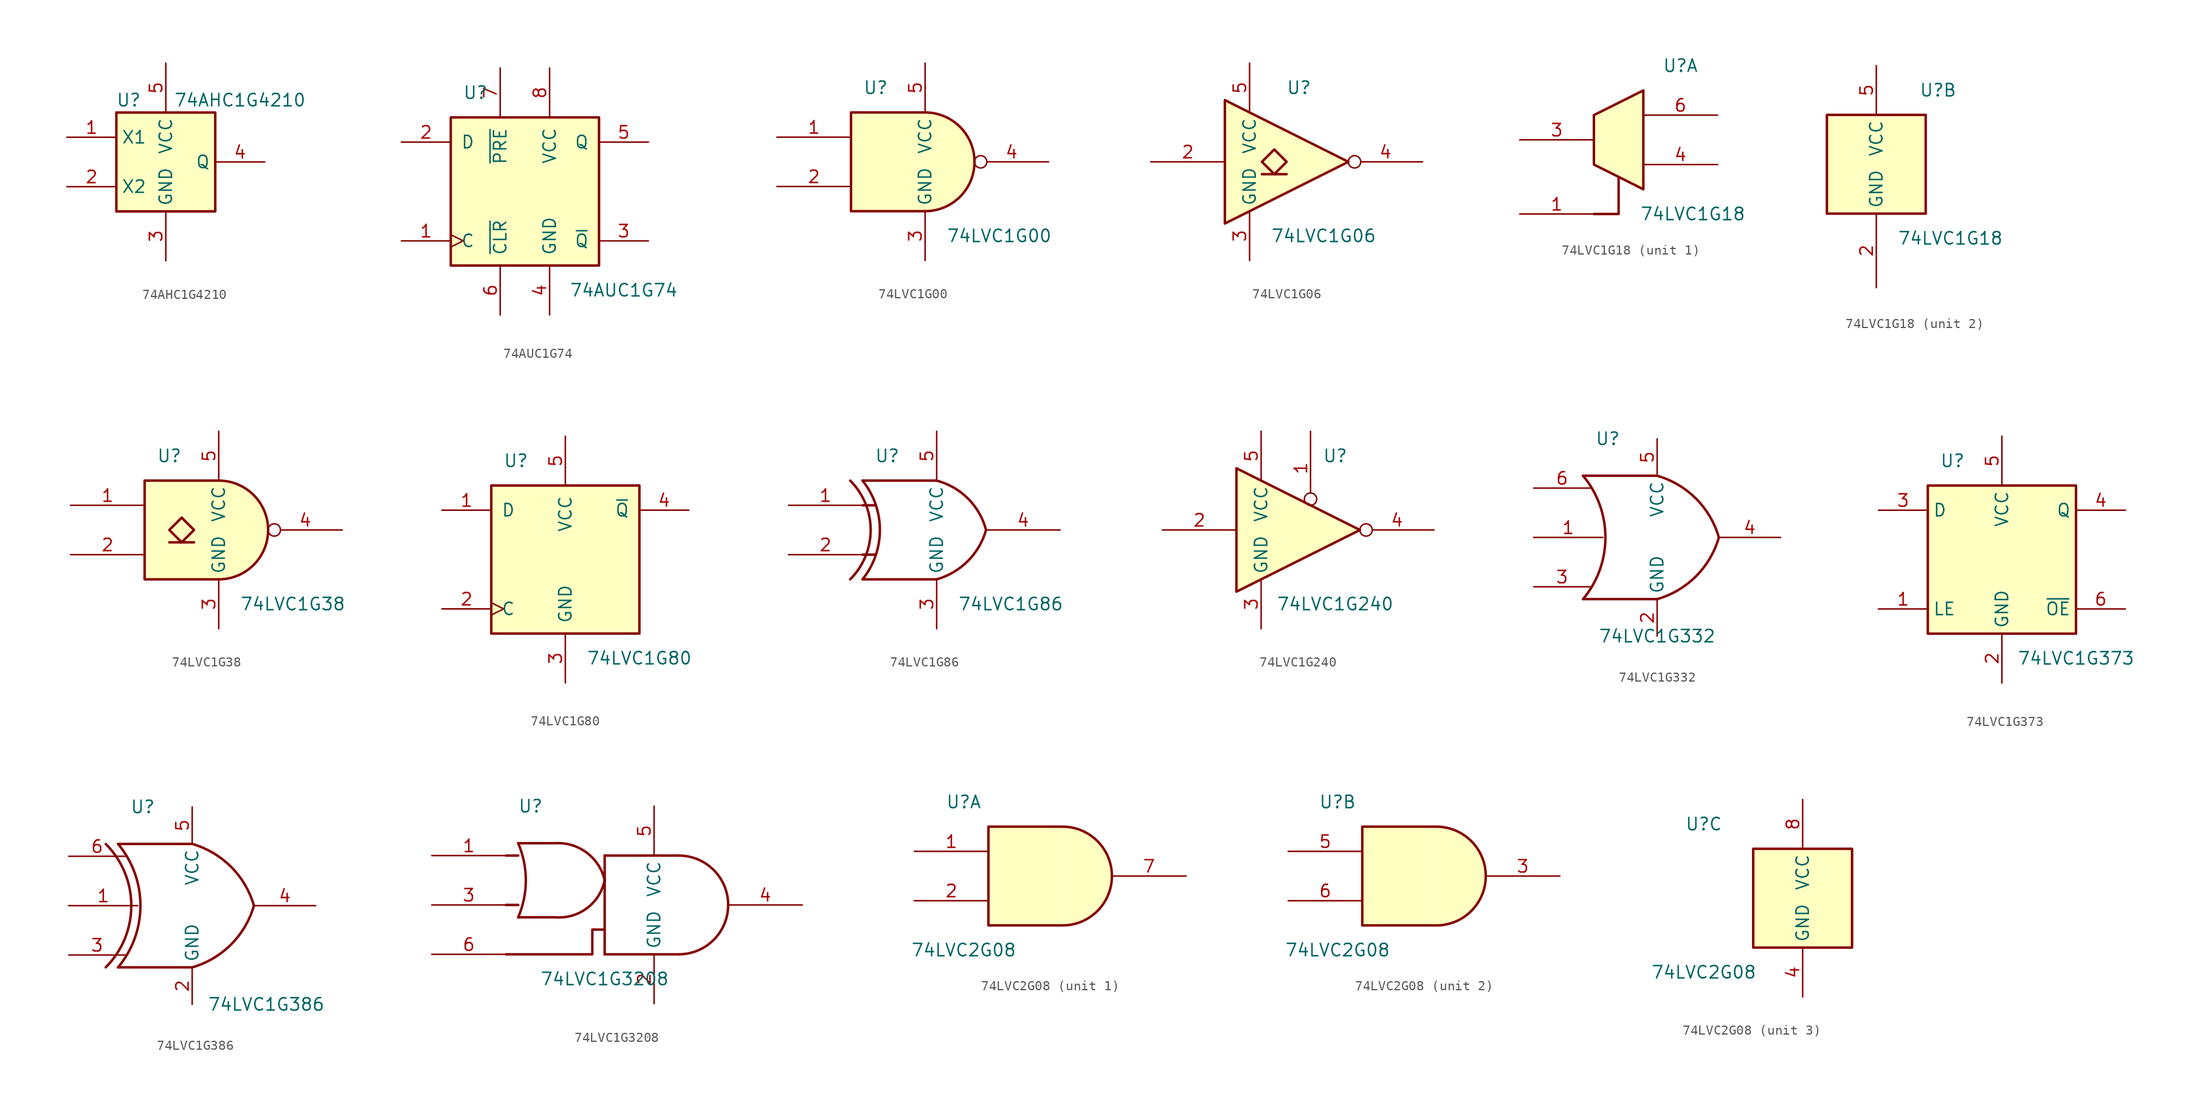
<source format=kicad_sym>
(kicad_symbol_lib
  (version 20220914)
  (generator kicad_symbol_editor)
  (symbol "74AHC1G4210"
    (property "Reference" "U"
      (at -3.81 6.35 0)
      (effects (font (size 1.27 1.27))))
    (property "Value" "74AHC1G4210"
      (at 7.62 6.35 0)
      (effects (font (size 1.27 1.27))))
    (symbol "74AHC1G4210_0_1"
      (rectangle (start -5.08 5.08) (end 5.08 -5.08) (stroke (width 0.254) (type default)) (fill (type background))))
    (symbol "74AHC1G4210_1_1"
      (pin input line (at -10.16 2.54 0) (length 5.08) (name "X1" (effects (font (size 1.27 1.27)))) (number "1" (effects (font (size 1.27 1.27)))))
      (pin input line (at -10.16 -2.54 0) (length 5.08) (name "X2" (effects (font (size 1.27 1.27)))) (number "2" (effects (font (size 1.27 1.27)))))
      (pin power_in line (at 0 -10.16 90) (length 5.08) (name "GND" (effects (font (size 1.27 1.27)))) (number "3" (effects (font (size 1.27 1.27)))))
      (pin output line (at 10.16 0 180) (length 5.08) (name "Q" (effects (font (size 1.27 1.27)))) (number "4" (effects (font (size 1.27 1.27)))))
      (pin power_in line (at 0 10.16 270) (length 5.08) (name "VCC" (effects (font (size 1.27 1.27)))) (number "5" (effects (font (size 1.27 1.27)))))))
  (symbol "74AUC1G74"
    (pin_names
      (offset 1.016))
    (property "Reference" "U"
      (at -5.08 10.16 0)
      (effects (font (size 1.27 1.27))))
    (property "Value" "74AUC1G74"
      (at 10.16 -10.16 0)
      (effects (font (size 1.27 1.27))))
    (symbol "74AUC1G74_0_1"
      (rectangle (start -7.62 7.62) (end 7.62 -7.62) (stroke (width 0.254) (type default)) (fill (type background))))
    (symbol "74AUC1G74_1_1"
      (pin input clock (at -12.7 -5.08 0) (length 5.08) (name "C" (effects (font (size 1.27 1.27)))) (number "1" (effects (font (size 1.27 1.27)))))
      (pin input line (at -12.7 5.08 0) (length 5.08) (name "D" (effects (font (size 1.27 1.27)))) (number "2" (effects (font (size 1.27 1.27)))))
      (pin output line (at 12.7 -5.08 180) (length 5.08) (name "~{Q}" (effects (font (size 1.27 1.27)))) (number "3" (effects (font (size 1.27 1.27)))))
      (pin power_in line (at 2.54 -12.7 90) (length 5.08) (name "GND" (effects (font (size 1.27 1.27)))) (number "4" (effects (font (size 1.27 1.27)))))
      (pin output line (at 12.7 5.08 180) (length 5.08) (name "Q" (effects (font (size 1.27 1.27)))) (number "5" (effects (font (size 1.27 1.27)))))
      (pin input line (at -2.54 -12.7 90) (length 5.08) (name "~{CLR}" (effects (font (size 1.27 1.27)))) (number "6" (effects (font (size 1.27 1.27)))))
      (pin input line (at -2.54 12.7 270) (length 5.08) (name "~{PRE}" (effects (font (size 1.27 1.27)))) (number "7" (effects (font (size 1.27 1.27)))))
      (pin power_in line (at 2.54 12.7 270) (length 5.08) (name "VCC" (effects (font (size 1.27 1.27)))) (number "8" (effects (font (size 1.27 1.27)))))))
  (symbol "74LVC1G00"
    (property "Reference" "U"
      (at -5.08 7.62 0)
      (effects (font (size 1.27 1.27))))
    (property "Value" "74LVC1G00"
      (at 7.62 -7.62 0)
      (effects (font (size 1.27 1.27))))
    (symbol "74LVC1G00_0_1"
      (arc (start 0 -5.08) (mid 5.0579 0) (end 0 5.08) (stroke (width 0.254) (type default)) (fill (type background)))
      (polyline (pts (xy 0 -5.08) (xy -7.62 -5.08) (xy -7.62 5.08) (xy 0 5.08)) (stroke (width 0.254) (type default)) (fill (type background))))
    (symbol "74LVC1G00_1_1"
      (pin input line (at -15.24 2.54 0) (length 7.62) (name "~" (effects (font (size 1.27 1.27)))) (number "1" (effects (font (size 1.27 1.27)))))
      (pin input line (at -15.24 -2.54 0) (length 7.62) (name "~" (effects (font (size 1.27 1.27)))) (number "2" (effects (font (size 1.27 1.27)))))
      (pin power_in line (at 0 -10.16 90) (length 5.08) (name "GND" (effects (font (size 1.27 1.27)))) (number "3" (effects (font (size 1.27 1.27)))))
      (pin output inverted (at 12.7 0 180) (length 7.62) (name "~" (effects (font (size 1.27 1.27)))) (number "4" (effects (font (size 1.27 1.27)))))
      (pin power_in line (at 0 10.16 270) (length 5.08) (name "VCC" (effects (font (size 1.27 1.27)))) (number "5" (effects (font (size 1.27 1.27)))))))
  (symbol "74LVC1G06"
    (property "Reference" "U"
      (at 0 7.62 0)
      (effects (font (size 1.27 1.27))))
    (property "Value" "74LVC1G06"
      (at 2.54 -7.62 0)
      (effects (font (size 1.27 1.27))))
    (symbol "74LVC1G06_0_1"
      (polyline (pts (xy -3.81 -1.27) (xy -1.27 -1.27)) (stroke (width 0.254) (type default)) (fill (type background)))
      (polyline (pts (xy -7.62 6.35) (xy -7.62 -6.35) (xy 5.08 0) (xy -7.62 6.35)) (stroke (width 0.254) (type default)) (fill (type background)))
      (polyline (pts (xy -2.54 1.27) (xy -3.81 0) (xy -2.54 -1.27) (xy -1.27 0) (xy -2.54 1.27)) (stroke (width 0.254) (type default)) (fill (type background))))
    (symbol "74LVC1G06_1_1"
      (pin input line (at -15.24 0 0) (length 7.62) (name "~" (effects (font (size 1.27 1.27)))) (number "2" (effects (font (size 1.27 1.27)))))
      (pin power_in line (at -5.08 -10.16 90) (length 5.08) (name "GND" (effects (font (size 1.27 1.27)))) (number "3" (effects (font (size 1.27 1.27)))))
      (pin open_collector inverted (at 12.7 0 180) (length 7.62) (name "~" (effects (font (size 1.27 1.27)))) (number "4" (effects (font (size 1.27 1.27)))))
      (pin power_in line (at -5.08 10.16 270) (length 5.08) (name "VCC" (effects (font (size 1.27 1.27)))) (number "5" (effects (font (size 1.27 1.27)))))))
  (symbol "74LVC1G18"
    (property "Reference" "U"
      (at 6.35 7.62 0)
      (effects (font (size 1.27 1.27))))
    (property "Value" "74LVC1G18"
      (at 7.62 -7.62 0)
      (effects (font (size 1.27 1.27))))
    (property "ki_locked" ""
      (at 0 0 0)
      (effects (font (size 1.27 1.27))))
    (symbol "74LVC1G18_1_1"
      (polyline (pts (xy -2.54 -7.62) (xy 0 -7.62) (xy 0 -3.81)) (stroke (width 0.254) (type default)) (fill (type none)))
      (polyline (pts (xy -2.54 2.54) (xy -2.54 -2.54) (xy 2.54 -5.08) (xy 2.54 -1.27) (xy 2.54 0) (xy 2.54 1.27) (xy 2.54 5.08) (xy -2.54 2.54)) (stroke (width 0.254) (type default)) (fill (type background)))
      (pin input line (at -10.16 -7.62 0) (length 7.62) (name "~" (effects (font (size 1.27 1.27)))) (number "1" (effects (font (size 1.27 1.27)))))
      (pin input line (at -10.16 0 0) (length 7.62) (name "~" (effects (font (size 1.27 1.27)))) (number "3" (effects (font (size 1.27 1.27)))))
      (pin tri_state line (at 10.16 -2.54 180) (length 7.62) (name "~" (effects (font (size 1.27 1.27)))) (number "4" (effects (font (size 1.27 1.27)))))
      (pin tri_state line (at 10.16 2.54 180) (length 7.62) (name "~" (effects (font (size 1.27 1.27)))) (number "6" (effects (font (size 1.27 1.27))))))
    (symbol "74LVC1G18_2_1"
      (rectangle (start -5.08 5.08) (end 5.08 -5.08) (stroke (width 0.254) (type default)) (fill (type background)))
      (pin power_in line (at 0 -12.7 90) (length 7.62) (name "GND" (effects (font (size 1.27 1.27)))) (number "2" (effects (font (size 1.27 1.27)))))
      (pin power_in line (at 0 10.16 270) (length 5.08) (name "VCC" (effects (font (size 1.27 1.27)))) (number "5" (effects (font (size 1.27 1.27)))))))
  (symbol "74LVC1G38"
    (property "Reference" "U"
      (at -5.08 7.62 0)
      (effects (font (size 1.27 1.27))))
    (property "Value" "74LVC1G38"
      (at 7.62 -7.62 0)
      (effects (font (size 1.27 1.27))))
    (symbol "74LVC1G38_0_1"
      (arc (start 0 -5.08) (mid 5.0579 0) (end 0 5.08) (stroke (width 0.254) (type default)) (fill (type background)))
      (polyline (pts (xy -5.08 -1.27) (xy -2.54 -1.27)) (stroke (width 0.254) (type default)) (fill (type background)))
      (polyline (pts (xy 0 -5.08) (xy -7.62 -5.08) (xy -7.62 5.08) (xy 0 5.08)) (stroke (width 0.254) (type default)) (fill (type background)))
      (polyline (pts (xy -3.81 1.27) (xy -5.08 0) (xy -3.81 -1.27) (xy -2.54 0) (xy -3.81 1.27)) (stroke (width 0.254) (type default)) (fill (type background))))
    (symbol "74LVC1G38_1_1"
      (pin input line (at -15.24 2.54 0) (length 7.62) (name "~" (effects (font (size 1.27 1.27)))) (number "1" (effects (font (size 1.27 1.27)))))
      (pin input line (at -15.24 -2.54 0) (length 7.62) (name "~" (effects (font (size 1.27 1.27)))) (number "2" (effects (font (size 1.27 1.27)))))
      (pin power_in line (at 0 -10.16 90) (length 5.08) (name "GND" (effects (font (size 1.27 1.27)))) (number "3" (effects (font (size 1.27 1.27)))))
      (pin output inverted (at 12.7 0 180) (length 7.62) (name "~" (effects (font (size 1.27 1.27)))) (number "4" (effects (font (size 1.27 1.27)))))
      (pin power_in line (at 0 10.16 270) (length 5.08) (name "VCC" (effects (font (size 1.27 1.27)))) (number "5" (effects (font (size 1.27 1.27)))))))
  (symbol "74LVC1G80"
    (pin_names
      (offset 1.016))
    (property "Reference" "U"
      (at -5.08 10.16 0)
      (effects (font (size 1.27 1.27))))
    (property "Value" "74LVC1G80"
      (at 7.62 -10.16 0)
      (effects (font (size 1.27 1.27))))
    (symbol "74LVC1G80_0_1"
      (rectangle (start -7.62 7.62) (end 7.62 -7.62) (stroke (width 0.254) (type default)) (fill (type background))))
    (symbol "74LVC1G80_1_1"
      (pin input line (at -12.7 5.08 0) (length 5.08) (name "D" (effects (font (size 1.27 1.27)))) (number "1" (effects (font (size 1.27 1.27)))))
      (pin input clock (at -12.7 -5.08 0) (length 5.08) (name "C" (effects (font (size 1.27 1.27)))) (number "2" (effects (font (size 1.27 1.27)))))
      (pin power_in line (at 0 -12.7 90) (length 5.08) (name "GND" (effects (font (size 1.27 1.27)))) (number "3" (effects (font (size 1.27 1.27)))))
      (pin output line (at 12.7 5.08 180) (length 5.08) (name "~{Q}" (effects (font (size 1.27 1.27)))) (number "4" (effects (font (size 1.27 1.27)))))
      (pin power_in line (at 0 12.7 270) (length 5.08) (name "VCC" (effects (font (size 1.27 1.27)))) (number "5" (effects (font (size 1.27 1.27)))))))
  (symbol "74LVC1G86"
    (property "Reference" "U"
      (at -5.08 7.62 0)
      (effects (font (size 1.27 1.27))))
    (property "Value" "74LVC1G86"
      (at 7.62 -7.62 0)
      (effects (font (size 1.27 1.27))))
    (symbol "74LVC1G86_0_1"
      (arc (start -8.89 -5.08) (mid -6.7858 0) (end -8.89 5.08) (stroke (width 0.254) (type default)) (fill (type none)))
      (arc (start -7.62 -5.08) (mid -5.838 0) (end -7.62 5.08) (stroke (width 0.254) (type default)) (fill (type none)))
      (arc (start 0 -5.08) (mid 3.1986 -3.2054) (end 5.08 0) (stroke (width 0.254) (type default)) (fill (type none)))
      (polyline (pts (xy -7.62 -2.54) (xy -6.35 -2.54)) (stroke (width 0.254) (type default)) (fill (type background)))
      (polyline (pts (xy -7.62 2.54) (xy -6.35 2.54)) (stroke (width 0.254) (type default)) (fill (type background)))
      (polyline (pts (xy 0 -5.08) (xy -7.62 -5.08)) (stroke (width 0.254) (type default)) (fill (type background)))
      (polyline (pts (xy 0 5.08) (xy -7.62 5.08)) (stroke (width 0.254) (type default)) (fill (type background)))
      (arc (start 5.08 0) (mid 3.2238 3.2304) (end 0 5.08) (stroke (width 0.254) (type default)) (fill (type none))))
    (symbol "74LVC1G86_1_1"
      (pin input line (at -15.24 2.54 0) (length 7.62) (name "~" (effects (font (size 1.27 1.27)))) (number "1" (effects (font (size 1.27 1.27)))))
      (pin input line (at -15.24 -2.54 0) (length 7.62) (name "~" (effects (font (size 1.27 1.27)))) (number "2" (effects (font (size 1.27 1.27)))))
      (pin power_in line (at 0 -10.16 90) (length 5.08) (name "GND" (effects (font (size 1.27 1.27)))) (number "3" (effects (font (size 1.27 1.27)))))
      (pin output line (at 12.7 0 180) (length 7.62) (name "~" (effects (font (size 1.27 1.27)))) (number "4" (effects (font (size 1.27 1.27)))))
      (pin power_in line (at 0 10.16 270) (length 5.08) (name "VCC" (effects (font (size 1.27 1.27)))) (number "5" (effects (font (size 1.27 1.27)))))))
  (symbol "74LVC1G240"
    (property "Reference" "U"
      (at 2.54 7.62 0)
      (effects (font (size 1.27 1.27))))
    (property "Value" "74LVC1G240"
      (at 2.54 -7.62 0)
      (effects (font (size 1.27 1.27))))
    (symbol "74LVC1G240_0_1"
      (polyline (pts (xy -7.62 6.35) (xy -7.62 -6.35) (xy 5.08 0) (xy -7.62 6.35)) (stroke (width 0.254) (type default)) (fill (type background))))
    (symbol "74LVC1G240_1_1"
      (pin input inverted (at 0 10.16 270) (length 7.62) (name "~" (effects (font (size 1.27 1.27)))) (number "1" (effects (font (size 1.27 1.27)))))
      (pin input line (at -15.24 0 0) (length 7.62) (name "~" (effects (font (size 1.27 1.27)))) (number "2" (effects (font (size 1.27 1.27)))))
      (pin power_in line (at -5.08 -10.16 90) (length 5.08) (name "GND" (effects (font (size 1.27 1.27)))) (number "3" (effects (font (size 1.27 1.27)))))
      (pin tri_state inverted (at 12.7 0 180) (length 7.62) (name "~" (effects (font (size 1.27 1.27)))) (number "4" (effects (font (size 1.27 1.27)))))
      (pin power_in line (at -5.08 10.16 270) (length 5.08) (name "VCC" (effects (font (size 1.27 1.27)))) (number "5" (effects (font (size 1.27 1.27)))))))
  (symbol "74LVC1G332"
    (property "Reference" "U"
      (at -5.08 10.16 0)
      (effects (font (size 1.27 1.27))))
    (property "Value" "74LVC1G332"
      (at 0 -10.16 0)
      (effects (font (size 1.27 1.27))))
    (symbol "74LVC1G332_0_1"
      (arc (start -7.62 -6.35) (mid -5.321 0) (end -7.62 6.35) (stroke (width 0.254) (type default)) (fill (type none)))
      (arc (start 0 -6.35) (mid 3.9978 -3.9978) (end 6.35 0) (stroke (width 0.254) (type default)) (fill (type none)))
      (polyline (pts (xy 0 -6.35) (xy -7.62 -6.35)) (stroke (width 0.254) (type default)) (fill (type background)))
      (polyline (pts (xy 0 6.35) (xy -7.62 6.35)) (stroke (width 0.254) (type default)) (fill (type background)))
      (arc (start 6.35 0) (mid 3.9978 3.9978) (end 0 6.35) (stroke (width 0.254) (type default)) (fill (type none))))
    (symbol "74LVC1G332_1_1"
      (pin input line (at -12.698 0 0) (length 7.11) (name "~" (effects (font (size 1.27 1.27)))) (number "1" (effects (font (size 1.27 1.27)))))
      (pin power_in line (at 0 -10.16 90) (length 3.81) (name "GND" (effects (font (size 1.27 1.27)))) (number "2" (effects (font (size 1.27 1.27)))))
      (pin input line (at -12.698 -5.08 0) (length 5.84) (name "~" (effects (font (size 1.27 1.27)))) (number "3" (effects (font (size 1.27 1.27)))))
      (pin output line (at 12.7 0 180) (length 6.35) (name "~" (effects (font (size 1.27 1.27)))) (number "4" (effects (font (size 1.27 1.27)))))
      (pin power_in line (at 0 10.16 270) (length 3.81) (name "VCC" (effects (font (size 1.27 1.27)))) (number "5" (effects (font (size 1.27 1.27)))))
      (pin input line (at -12.698 5.08 0) (length 5.84) (name "~" (effects (font (size 1.27 1.27)))) (number "6" (effects (font (size 1.27 1.27)))))))
  (symbol "74LVC1G373"
    (property "Reference" "U"
      (at -5.08 10.16 0)
      (effects (font (size 1.27 1.27))))
    (property "Value" "74LVC1G373"
      (at 7.62 -10.16 0)
      (effects (font (size 1.27 1.27))))
    (symbol "74LVC1G373_0_1"
      (rectangle (start -7.62 7.62) (end 7.62 -7.62) (stroke (width 0.254) (type default)) (fill (type background))))
    (symbol "74LVC1G373_1_1"
      (pin input line (at -12.7 -5.08 0) (length 5.08) (name "LE" (effects (font (size 1.27 1.27)))) (number "1" (effects (font (size 1.27 1.27)))))
      (pin power_in line (at 0 -12.7 90) (length 5.08) (name "GND" (effects (font (size 1.27 1.27)))) (number "2" (effects (font (size 1.27 1.27)))))
      (pin input line (at -12.7 5.08 0) (length 5.08) (name "D" (effects (font (size 1.27 1.27)))) (number "3" (effects (font (size 1.27 1.27)))))
      (pin tri_state line (at 12.7 5.08 180) (length 5.08) (name "Q" (effects (font (size 1.27 1.27)))) (number "4" (effects (font (size 1.27 1.27)))))
      (pin power_in line (at 0 12.7 270) (length 5.08) (name "VCC" (effects (font (size 1.27 1.27)))) (number "5" (effects (font (size 1.27 1.27)))))
      (pin input line (at 12.7 -5.08 180) (length 5.08) (name "~{OE}" (effects (font (size 1.27 1.27)))) (number "6" (effects (font (size 1.27 1.27)))))))
  (symbol "74LVC1G386"
    (property "Reference" "U"
      (at -5.08 10.16 0)
      (effects (font (size 1.27 1.27))))
    (property "Value" "74LVC1G386"
      (at 7.62 -10.16 0)
      (effects (font (size 1.27 1.27))))
    (symbol "74LVC1G386_0_1"
      (arc (start -8.89 -6.35) (mid -6.2598 0) (end -8.89 6.35) (stroke (width 0.254) (type default)) (fill (type none)))
      (arc (start -7.62 -6.35) (mid -5.321 0) (end -7.62 6.35) (stroke (width 0.254) (type default)) (fill (type none)))
      (arc (start 0 -6.35) (mid 3.9978 -3.9978) (end 6.35 0) (stroke (width 0.254) (type default)) (fill (type none)))
      (polyline (pts (xy 0 -6.35) (xy -7.62 -6.35)) (stroke (width 0.254) (type default)) (fill (type background)))
      (polyline (pts (xy 0 6.35) (xy -7.62 6.35)) (stroke (width 0.254) (type default)) (fill (type background)))
      (arc (start 6.35 0) (mid 3.9978 3.9978) (end 0 6.35) (stroke (width 0.254) (type default)) (fill (type none))))
    (symbol "74LVC1G386_1_1"
      (pin input line (at -12.698 0 0) (length 7.11) (name "~" (effects (font (size 1.27 1.27)))) (number "1" (effects (font (size 1.27 1.27)))))
      (pin power_in line (at 0 -10.16 90) (length 3.81) (name "GND" (effects (font (size 1.27 1.27)))) (number "2" (effects (font (size 1.27 1.27)))))
      (pin input line (at -12.698 -5.08 0) (length 5.84) (name "~" (effects (font (size 1.27 1.27)))) (number "3" (effects (font (size 1.27 1.27)))))
      (pin output line (at 12.7 0 180) (length 6.35) (name "~" (effects (font (size 1.27 1.27)))) (number "4" (effects (font (size 1.27 1.27)))))
      (pin power_in line (at 0 10.16 270) (length 3.81) (name "VCC" (effects (font (size 1.27 1.27)))) (number "5" (effects (font (size 1.27 1.27)))))
      (pin input line (at -12.698 5.08 0) (length 5.84) (name "~" (effects (font (size 1.27 1.27)))) (number "6" (effects (font (size 1.27 1.27)))))))
  (symbol "74LVC1G3208"
    (property "Reference" "U"
      (at -7.62 10.16 0)
      (effects (font (size 1.27 1.27))))
    (property "Value" "74LVC1G3208"
      (at 0 -7.62 0)
      (effects (font (size 1.27 1.27))))
    (symbol "74LVC1G3208_0_1"
      (arc (start -8.89 -1.27) (mid -8.108 2.54) (end -8.89 6.35) (stroke (width 0.254) (type default)) (fill (type none)))
      (arc (start -5.08 -1.27) (mid -1.8194 -0.3322) (end 0 2.54) (stroke (width 0.254) (type default)) (fill (type none)))
      (polyline (pts (xy -10.16 0) (xy -8.89 0)) (stroke (width 0.254) (type default)) (fill (type background)))
      (polyline (pts (xy -10.16 5.08) (xy -8.89 5.08)) (stroke (width 0.254) (type default)) (fill (type background)))
      (polyline (pts (xy -5.08 -1.27) (xy -8.89 -1.27)) (stroke (width 0.254) (type default)) (fill (type background)))
      (polyline (pts (xy -5.08 6.35) (xy -8.89 6.35)) (stroke (width 0.254) (type default)) (fill (type background)))
      (polyline (pts (xy 0 5.08) (xy 0 -5.08)) (stroke (width 0.254) (type default)) (fill (type background)))
      (polyline (pts (xy 7.62 -5.08) (xy 0 -5.08)) (stroke (width 0.254) (type default)) (fill (type background)))
      (polyline (pts (xy 7.62 5.08) (xy 0 5.08)) (stroke (width 0.254) (type default)) (fill (type background)))
      (polyline (pts (xy 0 -2.54) (xy -1.27 -2.54) (xy -1.27 -3.81) (xy -1.27 -5.08) (xy -10.16 -5.08)) (stroke (width 0.254) (type default)) (fill (type none)))
      (arc (start 0 2.54) (mid -1.8444 5.3784) (end -5.08 6.35) (stroke (width 0.254) (type default)) (fill (type none)))
      (arc (start 7.62 -5.08) (mid 12.6779 0) (end 7.62 5.08) (stroke (width 0.254) (type default)) (fill (type none))))
    (symbol "74LVC1G3208_1_1"
      (pin input line (at -17.78 5.08 0) (length 7.62) (name "~" (effects (font (size 1.27 1.27)))) (number "1" (effects (font (size 1.27 1.27)))))
      (pin power_in line (at 5.08 -10.16 90) (length 5.08) (name "GND" (effects (font (size 1.27 1.27)))) (number "2" (effects (font (size 1.27 1.27)))))
      (pin input line (at -17.78 0 0) (length 7.62) (name "~" (effects (font (size 1.27 1.27)))) (number "3" (effects (font (size 1.27 1.27)))))
      (pin output line (at 20.32 0 180) (length 7.62) (name "~" (effects (font (size 1.27 1.27)))) (number "4" (effects (font (size 1.27 1.27)))))
      (pin power_in line (at 5.08 10.16 270) (length 5.08) (name "VCC" (effects (font (size 1.27 1.27)))) (number "5" (effects (font (size 1.27 1.27)))))
      (pin input line (at -17.78 -5.08 0) (length 7.62) (name "~" (effects (font (size 1.27 1.27)))) (number "6" (effects (font (size 1.27 1.27)))))))
  (symbol "74LVC2G08"
    (property "Reference" "U"
      (at -10.16 7.62 0)
      (effects (font (size 1.27 1.27))))
    (property "Value" "74LVC2G08"
      (at -10.16 -7.62 0)
      (effects (font (size 1.27 1.27))))
    (symbol "74LVC2G08_1_1"
      (arc (start 0 -5.08) (mid 5.0579 0) (end 0 5.08) (stroke (width 0.254) (type default)) (fill (type background)))
      (polyline (pts (xy 0 -5.08) (xy -7.62 -5.08) (xy -7.62 5.08) (xy 0 5.08)) (stroke (width 0.254) (type default)) (fill (type background)))
      (pin input line (at -15.24 2.54 0) (length 7.62) (name "~" (effects (font (size 1.27 1.27)))) (number "1" (effects (font (size 1.27 1.27)))))
      (pin input line (at -15.24 -2.54 0) (length 7.62) (name "~" (effects (font (size 1.27 1.27)))) (number "2" (effects (font (size 1.27 1.27)))))
      (pin output line (at 12.7 0 180) (length 7.62) (name "~" (effects (font (size 1.27 1.27)))) (number "7" (effects (font (size 1.27 1.27))))))
    (symbol "74LVC2G08_2_1"
      (arc (start 0 -5.08) (mid 5.0579 0) (end 0 5.08) (stroke (width 0.254) (type default)) (fill (type background)))
      (polyline (pts (xy 0 -5.08) (xy -7.62 -5.08) (xy -7.62 5.08) (xy 0 5.08)) (stroke (width 0.254) (type default)) (fill (type background)))
      (pin output line (at 12.7 0 180) (length 7.62) (name "~" (effects (font (size 1.27 1.27)))) (number "3" (effects (font (size 1.27 1.27)))))
      (pin input line (at -15.24 2.54 0) (length 7.62) (name "~" (effects (font (size 1.27 1.27)))) (number "5" (effects (font (size 1.27 1.27)))))
      (pin input line (at -15.24 -2.54 0) (length 7.62) (name "~" (effects (font (size 1.27 1.27)))) (number "6" (effects (font (size 1.27 1.27))))))
    (symbol "74LVC2G08_3_0"
      (rectangle (start -5.08 -5.08) (end 5.08 5.08) (stroke (width 0.254) (type default)) (fill (type background))))
    (symbol "74LVC2G08_3_1"
      (pin power_in line (at 0 -10.16 90) (length 5.08) (name "GND" (effects (font (size 1.27 1.27)))) (number "4" (effects (font (size 1.27 1.27)))))
      (pin power_in line (at 0 10.16 270) (length 5.08) (name "VCC" (effects (font (size 1.27 1.27)))) (number "8" (effects (font (size 1.27 1.27))))))))
</source>
